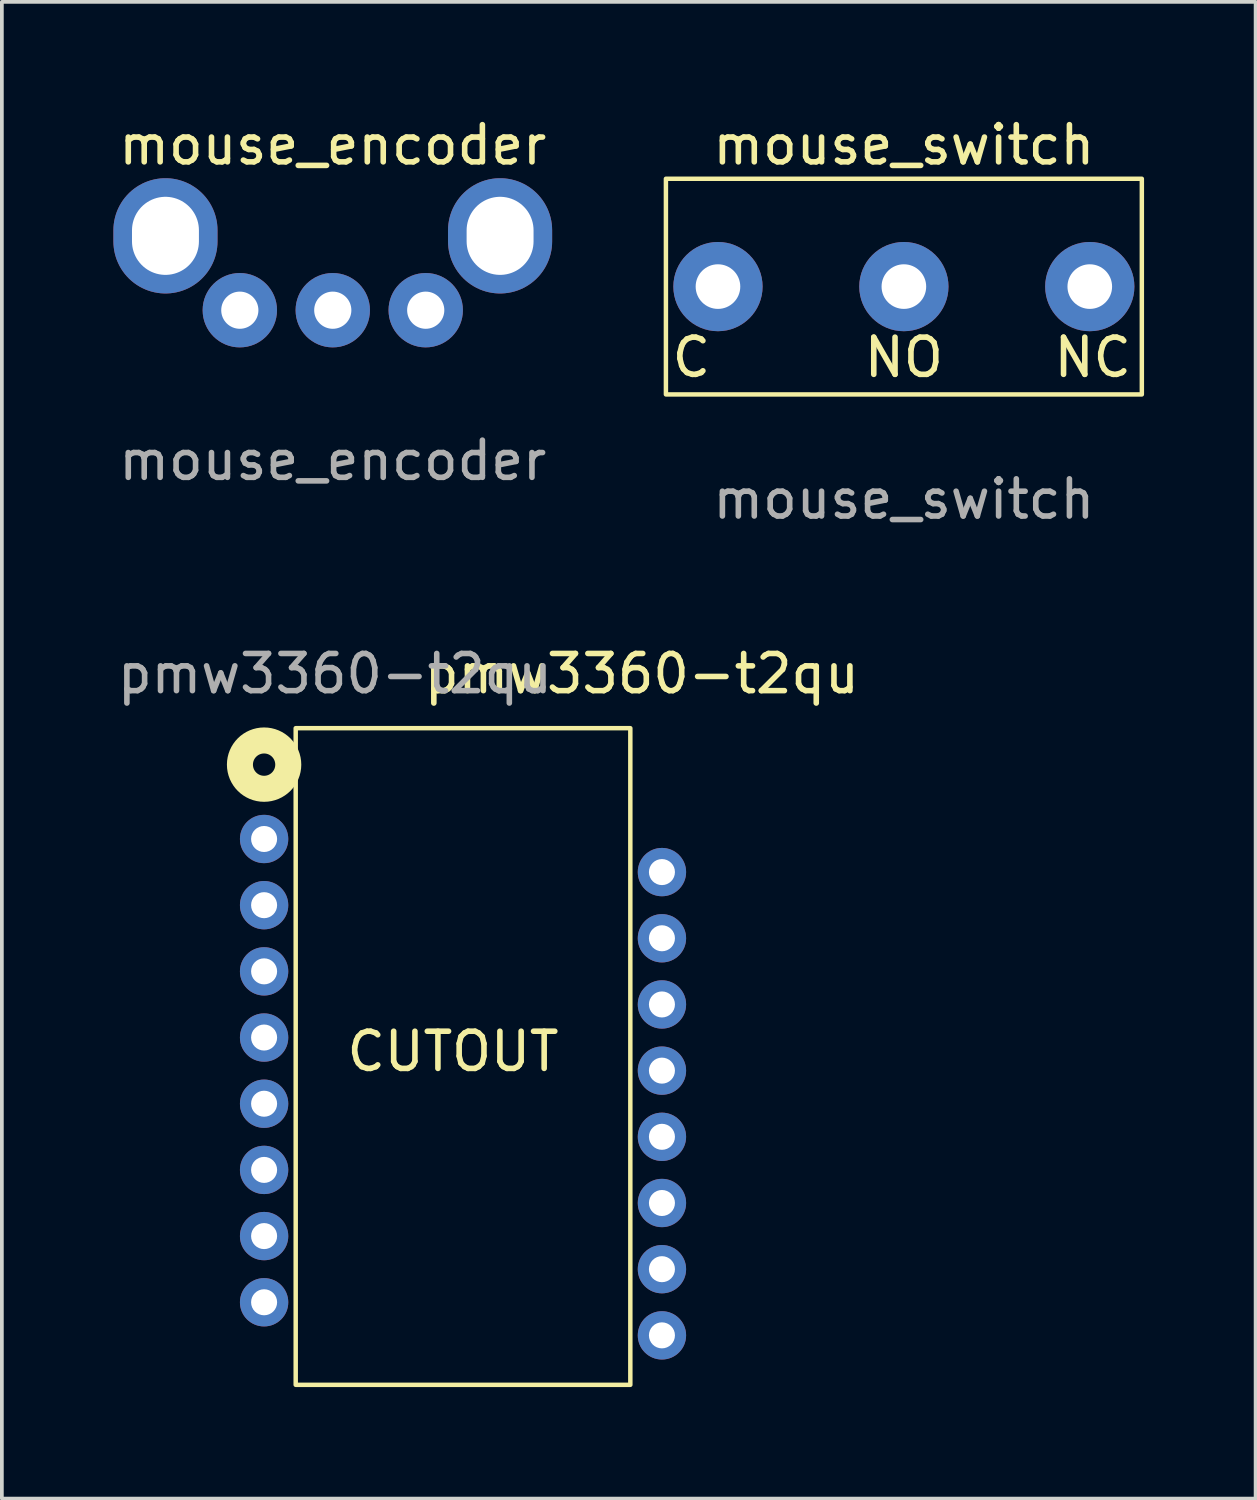
<source format=kicad_pcb>
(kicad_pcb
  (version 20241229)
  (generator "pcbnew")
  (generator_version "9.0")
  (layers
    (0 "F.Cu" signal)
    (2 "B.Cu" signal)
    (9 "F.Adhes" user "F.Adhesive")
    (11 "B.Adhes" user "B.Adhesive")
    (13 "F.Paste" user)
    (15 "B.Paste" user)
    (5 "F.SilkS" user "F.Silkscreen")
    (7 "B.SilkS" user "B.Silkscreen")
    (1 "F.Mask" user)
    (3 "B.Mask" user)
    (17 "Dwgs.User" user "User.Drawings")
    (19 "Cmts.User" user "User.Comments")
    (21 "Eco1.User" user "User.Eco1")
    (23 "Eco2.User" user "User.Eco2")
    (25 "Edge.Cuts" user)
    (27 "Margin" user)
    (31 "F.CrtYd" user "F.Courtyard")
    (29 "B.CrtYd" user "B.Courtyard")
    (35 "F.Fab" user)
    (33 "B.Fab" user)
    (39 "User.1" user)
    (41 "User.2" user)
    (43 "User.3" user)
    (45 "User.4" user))
  (footprint "mouse_switch"
    (layer "F.Cu")
    (at 21.26 4.658)
    (property "Reference" "mouse_switch" (at 0 -3.81 0) (unlocked yes) (layer "F.SilkS") (effects (font (size 1 1) (thickness 0.15))))
    (attr through_hole)
    (fp_rect (start -6.4 -2.9) (end 6.4 2.9) (stroke (width 0.12) (type solid)) (fill no) (layer "F.SilkS"))
    (fp_text user "NC" (at 5.08 1.905 0) (unlocked yes) (layer "F.SilkS") (effects (font (size 1 1) (thickness 0.15))))
    (fp_text user "C" (at -5.715 1.905 0) (unlocked yes) (layer "F.SilkS") (effects (font (size 1 1) (thickness 0.15))))
    (fp_text user "NO" (at 0 1.905 0) (unlocked yes) (layer "F.SilkS") (effects (font (size 1 1) (thickness 0.15))))
    (fp_text user "${REFERENCE}" (at 0 5.715 0) (unlocked yes) (layer "F.Fab") (effects (font (size 1 1) (thickness 0.15))))
    (pad "1" thru_hole circle (at 5 0) (size 2.4 2.4) (drill 1.2) (layers "*.Cu" "*.Mask"))
    (pad "2" thru_hole circle (at -5 0) (size 2.4 2.4) (drill 1.2) (layers "*.Cu" "*.Mask"))
    (pad "3" thru_hole circle (at 0 0) (size 2.4 2.4) (drill 1.2) (layers "*.Cu" "*.Mask")))
  (footprint "mouse_encoder"
    (layer "F.Cu")
    (at 5.9 5.293)
    (property "Reference" "mouse_encoder" (at 0 -4.445 0) (unlocked yes) (layer "F.SilkS") (effects (font (size 1 1) (thickness 0.15))))
    (attr through_hole)
    (fp_text user "${REFERENCE}" (at 0 4.04 0) (unlocked yes) (layer "F.Fab") (effects (font (size 1 1) (thickness 0.15))))
    (pad "" thru_hole oval (at -4.5 -2) (size 2.8 3.1) (drill oval 1.8 2.1) (layers "*.Cu" "*.Mask"))
    (pad "" thru_hole oval (at 4.5 -2) (size 2.8 3.1) (drill oval 1.8 2.1) (layers "*.Cu" "*.Mask"))
    (pad "A" thru_hole circle (at -2.5 0) (size 2 2) (drill 1) (layers "*.Cu" "*.Mask"))
    (pad "B" thru_hole circle (at 0 0) (size 2 2) (drill 1) (layers "*.Cu" "*.Mask"))
    (pad "C" thru_hole circle (at 2.5 0) (size 2 2) (drill 1) (layers "*.Cu" "*.Mask")))
  (footprint "pmw3360-t2qu"
    (layer "F.Cu")
    (at 4.053 19.515)
    (property "Reference" "pmw3360-t2qu" (at 10.16 -4.445 0) (unlocked yes) (layer "F.SilkS") (effects (font (size 1 1) (thickness 0.15))))
    (attr through_hole)
    (fp_rect (start 0.85 -2.98) (end 9.85 14.68) (stroke (width 0.12) (type solid)) (fill no) (layer "F.SilkS"))
    (fp_circle (center 0 -2) (end 0.3 -2) (stroke (width 0.7) (type solid)) (fill no) (layer "F.SilkS"))
    (fp_rect (start 1.05 -2.78) (end 9.65 14.48) (stroke (width 0.12) (type solid)) (fill yes) (layer "B.Paste"))
    (fp_text user "CUTOUT" (at 5.08 5.715 0) (unlocked yes) (layer "F.SilkS") (effects (font (size 1 1) (thickness 0.15))))
    (fp_text user "${REFERENCE}" (at 1.905 -4.445 0) (unlocked yes) (layer "F.Fab") (effects (font (size 1 1) (thickness 0.15))))
    (pad "1" thru_hole circle (at 0 0) (size 1.3 1.3) (drill 0.7) (layers "*.Cu" "*.Mask"))
    (pad "2" thru_hole circle (at 0 1.78) (size 1.3 1.3) (drill 0.7) (layers "*.Cu" "*.Mask"))
    (pad "3" thru_hole circle (at 0 3.56) (size 1.3 1.3) (drill 0.7) (layers "*.Cu" "*.Mask"))
    (pad "4" thru_hole circle (at 0 5.34) (size 1.3 1.3) (drill 0.7) (layers "*.Cu" "*.Mask"))
    (pad "5" thru_hole circle (at 0 7.12) (size 1.3 1.3) (drill 0.7) (layers "*.Cu" "*.Mask"))
    (pad "6" thru_hole circle (at 0 8.9) (size 1.3 1.3) (drill 0.7) (layers "*.Cu" "*.Mask"))
    (pad "7" thru_hole circle (at 0 10.68) (size 1.3 1.3) (drill 0.7) (layers "*.Cu" "*.Mask"))
    (pad "8" thru_hole circle (at 0 12.46) (size 1.3 1.3) (drill 0.7) (layers "*.Cu" "*.Mask"))
    (pad "9" thru_hole circle (at 10.7 13.35) (size 1.3 1.3) (drill 0.7) (layers "*.Cu" "*.Mask"))
    (pad "10" thru_hole circle (at 10.7 11.57) (size 1.3 1.3) (drill 0.7) (layers "*.Cu" "*.Mask"))
    (pad "11" thru_hole circle (at 10.7 9.79) (size 1.3 1.3) (drill 0.7) (layers "*.Cu" "*.Mask"))
    (pad "12" thru_hole circle (at 10.7 8.01) (size 1.3 1.3) (drill 0.7) (layers "*.Cu" "*.Mask"))
    (pad "13" thru_hole circle (at 10.7 6.23) (size 1.3 1.3) (drill 0.7) (layers "*.Cu" "*.Mask"))
    (pad "14" thru_hole circle (at 10.7 4.45) (size 1.3 1.3) (drill 0.7) (layers "*.Cu" "*.Mask"))
    (pad "15" thru_hole circle (at 10.7 2.67) (size 1.3 1.3) (drill 0.7) (layers "*.Cu" "*.Mask"))
    (pad "16" thru_hole circle (at 10.7 0.89) (size 1.3 1.3) (drill 0.7) (layers "*.Cu" "*.Mask")))
  (gr_rect
    (start -3 -3)
    (end 30.72 37.255)
    (stroke (width 0.1) (type default))
    (fill no)
    (layer "Edge.Cuts")))
</source>
